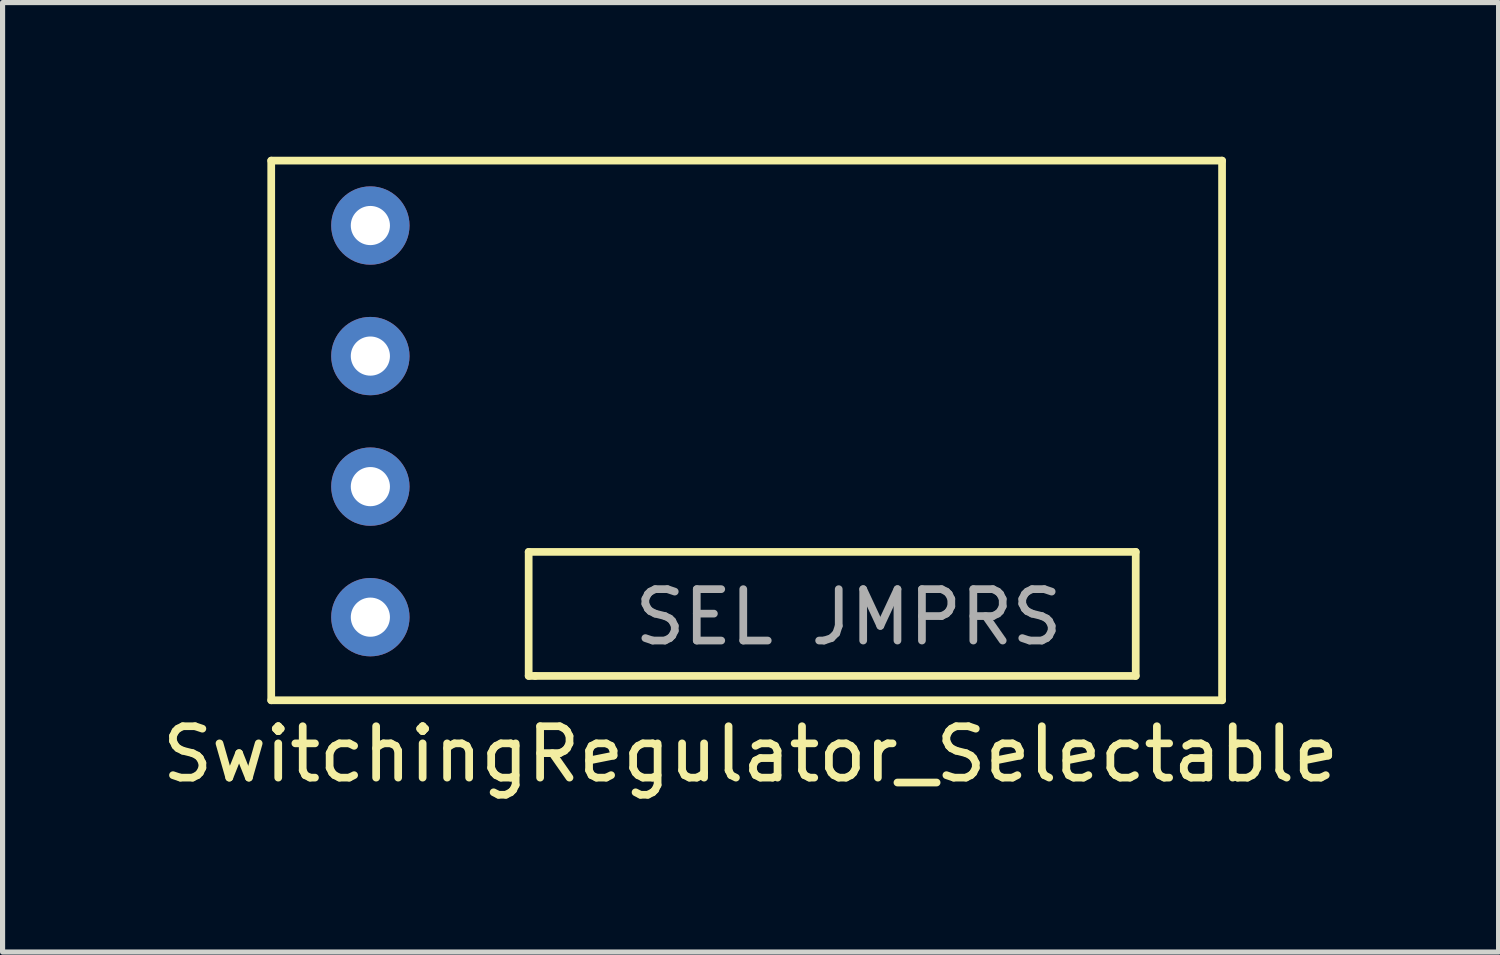
<source format=kicad_pcb>
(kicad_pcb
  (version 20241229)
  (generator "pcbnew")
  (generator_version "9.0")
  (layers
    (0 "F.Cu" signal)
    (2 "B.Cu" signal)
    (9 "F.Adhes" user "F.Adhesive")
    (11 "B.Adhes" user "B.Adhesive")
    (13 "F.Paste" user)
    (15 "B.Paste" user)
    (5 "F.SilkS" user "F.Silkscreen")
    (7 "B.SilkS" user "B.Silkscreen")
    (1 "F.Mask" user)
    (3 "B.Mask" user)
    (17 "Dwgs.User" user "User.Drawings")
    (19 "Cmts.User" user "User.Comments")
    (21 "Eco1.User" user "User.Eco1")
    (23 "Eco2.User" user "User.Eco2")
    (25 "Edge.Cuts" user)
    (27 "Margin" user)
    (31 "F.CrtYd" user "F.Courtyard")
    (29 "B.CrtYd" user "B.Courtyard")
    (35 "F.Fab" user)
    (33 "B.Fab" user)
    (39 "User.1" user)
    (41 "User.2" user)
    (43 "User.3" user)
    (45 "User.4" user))
  (footprint "SwitchingRegulator_Selectable"
    (layer "F.Cu")
    (at 11.456 5.268)
    (property "Reference" "SwitchingRegulator_Selectable" (at 0.098 6.357 0) (layer "F.SilkS") (effects (font (size 1 1) (thickness 0.15))))
    (attr through_hole)
    (fp_line (start -9.229 -5.193) (end 9.271 -5.193) (stroke (width 0.15) (type solid)) (layer "F.SilkS"))
    (fp_line (start -9.229 5.307) (end -9.229 -5.193) (stroke (width 0.15) (type solid)) (layer "F.SilkS"))
    (fp_line (start -4.22 2.42) (end 7.591 2.42) (stroke (width 0.15) (type solid)) (layer "F.SilkS"))
    (fp_line (start -4.22 4.833) (end -4.22 2.42) (stroke (width 0.15) (type solid)) (layer "F.SilkS"))
    (fp_line (start -4.093 4.833) (end -4.22 4.833) (stroke (width 0.15) (type solid)) (layer "F.SilkS"))
    (fp_line (start 7.591 2.42) (end 7.591 4.833) (stroke (width 0.15) (type solid)) (layer "F.SilkS"))
    (fp_line (start 7.591 4.833) (end -4.093 4.833) (stroke (width 0.15) (type solid)) (layer "F.SilkS"))
    (fp_line (start 9.271 -5.193) (end 9.271 5.307) (stroke (width 0.15) (type solid)) (layer "F.SilkS"))
    (fp_line (start 9.271 5.307) (end -9.229 5.307) (stroke (width 0.15) (type solid)) (layer "F.SilkS"))
    (fp_text user "SEL JMPRS" (at 2.003 3.69 0) (layer "F.Fab") (effects (font (size 1 1) (thickness 0.15))))
    (pad "1" thru_hole circle (at -7.3 -3.93) (size 1.524 1.524) (drill 0.762) (layers "*.Cu" "*.Mask"))
    (pad "2" thru_hole circle (at -7.3 -1.39) (size 1.524 1.524) (drill 0.762) (layers "*.Cu" "*.Mask"))
    (pad "3" thru_hole circle (at -7.3 1.15) (size 1.524 1.524) (drill 0.762) (layers "*.Cu" "*.Mask"))
    (pad "4" thru_hole circle (at -7.3 3.69) (size 1.524 1.524) (drill 0.762) (layers "*.Cu" "*.Mask")))
  (gr_rect
    (start -3 -3)
    (end 26.107 15.473)
    (stroke (width 0.1) (type default))
    (fill no)
    (layer "Edge.Cuts")))
</source>
